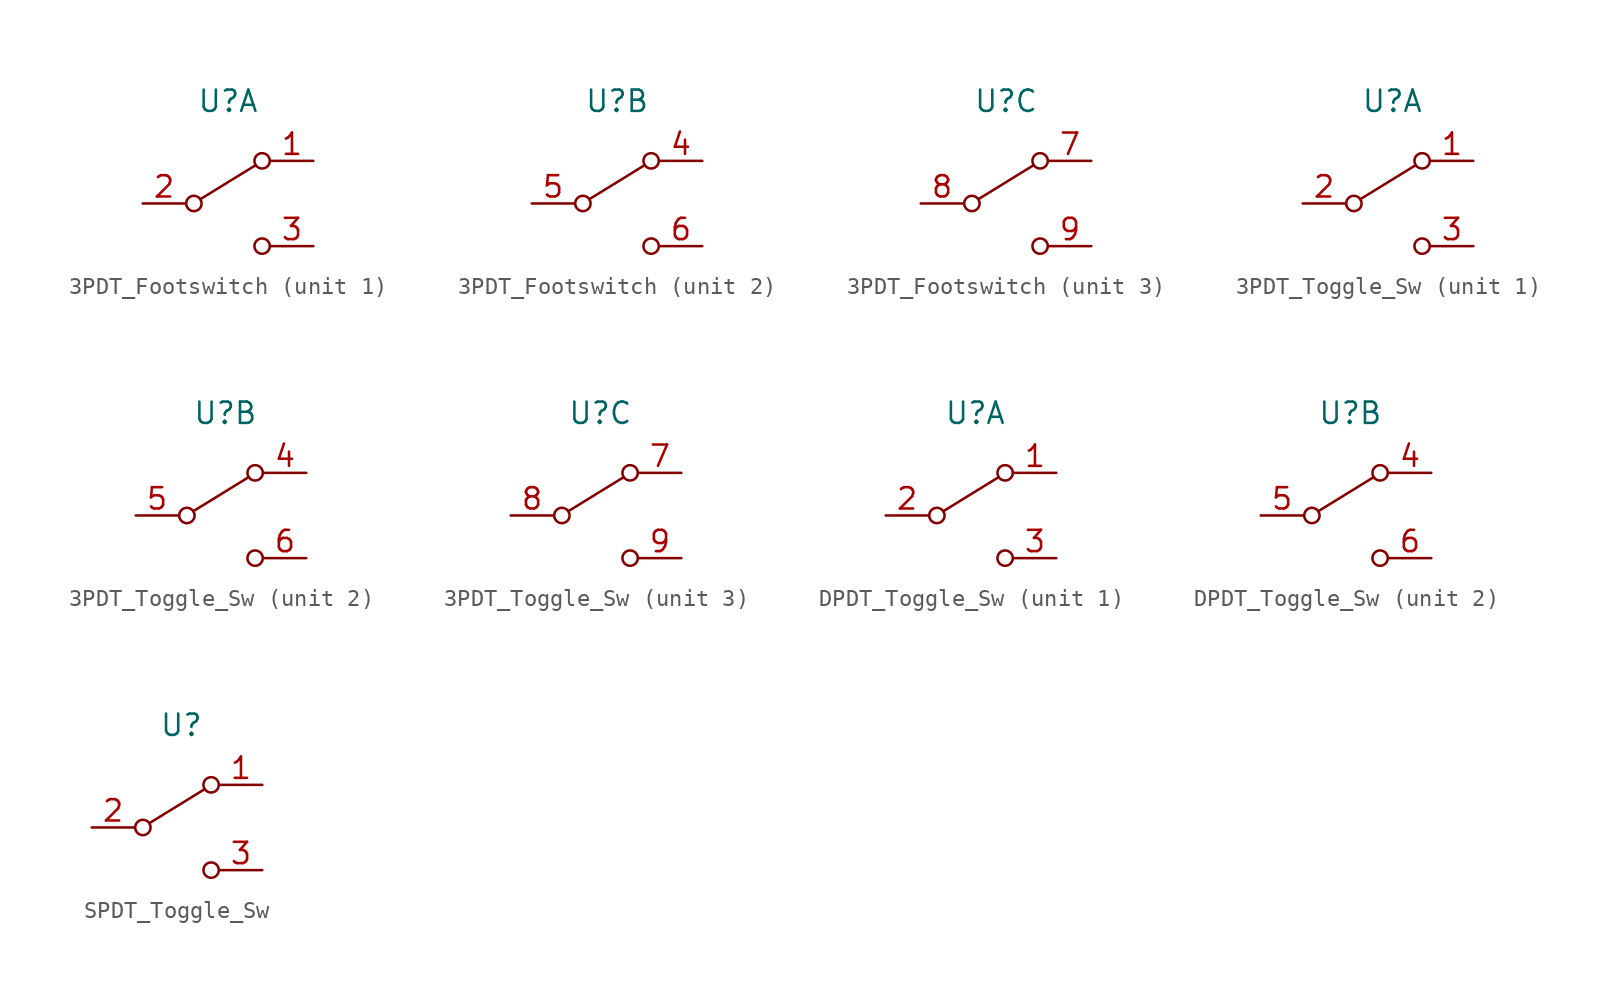
<source format=kicad_sym>
(kicad_symbol_lib
  (version 20241209)
  (generator "kicad_symbol_editor")
  (generator_version "9.0")
  (symbol "3PDT_Footswitch"
    (property "Reference" "U"
      (at 0 6.096 0)
      (effects (font (size 1.27 1.27))))
    (property "Value" ""
      (at 0 0 0)
      (effects (font (size 1.27 1.27))))
    (property "ki_locked" ""
      (at 0 0 0)
      (effects (font (size 1.27 1.27))))
    (symbol "3PDT_Footswitch_1_1"
      (circle (center -2.032 0) (radius 0.457) (stroke (width 0) (type default)) (fill (type none)))
      (polyline (pts (xy -1.651 0.254) (xy 1.651 2.286)) (stroke (width 0) (type default)) (fill (type none)))
      (circle (center 2.032 2.54) (radius 0.457) (stroke (width 0) (type default)) (fill (type none)))
      (circle (center 2.032 -2.54) (radius 0.457) (stroke (width 0) (type default)) (fill (type none)))
      (pin passive line (at -5.08 0 0) (length 2.54) (name "" (effects (font (size 1.27 1.27)))) (number "2" (effects (font (size 1.27 1.27)))))
      (pin passive line (at 5.08 2.54 180) (length 2.54) (name "" (effects (font (size 1.27 1.27)))) (number "1" (effects (font (size 1.27 1.27)))))
      (pin passive line (at 5.08 -2.54 180) (length 2.54) (name "" (effects (font (size 1.27 1.27)))) (number "3" (effects (font (size 1.27 1.27))))))
    (symbol "3PDT_Footswitch_2_1"
      (circle (center -2.032 0) (radius 0.457) (stroke (width 0) (type default)) (fill (type none)))
      (polyline (pts (xy -1.651 0.254) (xy 1.651 2.286)) (stroke (width 0) (type default)) (fill (type none)))
      (circle (center 2.032 2.54) (radius 0.457) (stroke (width 0) (type default)) (fill (type none)))
      (circle (center 2.032 -2.54) (radius 0.457) (stroke (width 0) (type default)) (fill (type none)))
      (pin passive line (at -5.08 0 0) (length 2.54) (name "" (effects (font (size 1.27 1.27)))) (number "5" (effects (font (size 1.27 1.27)))))
      (pin passive line (at 5.08 2.54 180) (length 2.54) (name "" (effects (font (size 1.27 1.27)))) (number "4" (effects (font (size 1.27 1.27)))))
      (pin passive line (at 5.08 -2.54 180) (length 2.54) (name "" (effects (font (size 1.27 1.27)))) (number "6" (effects (font (size 1.27 1.27))))))
    (symbol "3PDT_Footswitch_3_1"
      (circle (center -2.032 0) (radius 0.457) (stroke (width 0) (type default)) (fill (type none)))
      (polyline (pts (xy -1.651 0.254) (xy 1.651 2.286)) (stroke (width 0) (type default)) (fill (type none)))
      (circle (center 2.032 2.54) (radius 0.457) (stroke (width 0) (type default)) (fill (type none)))
      (circle (center 2.032 -2.54) (radius 0.457) (stroke (width 0) (type default)) (fill (type none)))
      (pin passive line (at -5.08 0 0) (length 2.54) (name "" (effects (font (size 1.27 1.27)))) (number "8" (effects (font (size 1.27 1.27)))))
      (pin passive line (at 5.08 2.54 180) (length 2.54) (name "" (effects (font (size 1.27 1.27)))) (number "7" (effects (font (size 1.27 1.27)))))
      (pin passive line (at 5.08 -2.54 180) (length 2.54) (name "" (effects (font (size 1.27 1.27)))) (number "9" (effects (font (size 1.27 1.27)))))))
  (symbol "3PDT_Toggle_Sw"
    (property "Reference" "U"
      (at 0 6.096 0)
      (effects (font (size 1.27 1.27))))
    (property "Value" ""
      (at 0 0 0)
      (effects (font (size 1.27 1.27))))
    (property "ki_locked" ""
      (at 0 0 0)
      (effects (font (size 1.27 1.27))))
    (symbol "3PDT_Toggle_Sw_1_1"
      (circle (center -2.286 0) (radius 0.457) (stroke (width 0) (type default)) (fill (type none)))
      (polyline (pts (xy -1.905 0.254) (xy 1.397 2.286)) (stroke (width 0) (type default)) (fill (type none)))
      (circle (center 1.778 2.54) (radius 0.457) (stroke (width 0) (type default)) (fill (type none)))
      (circle (center 1.778 -2.54) (radius 0.457) (stroke (width 0) (type default)) (fill (type none)))
      (pin passive line (at -5.334 0 0) (length 2.54) (name "" (effects (font (size 1.27 1.27)))) (number "2" (effects (font (size 1.27 1.27)))))
      (pin passive line (at 4.826 2.54 180) (length 2.54) (name "" (effects (font (size 1.27 1.27)))) (number "1" (effects (font (size 1.27 1.27)))))
      (pin passive line (at 4.826 -2.54 180) (length 2.54) (name "" (effects (font (size 1.27 1.27)))) (number "3" (effects (font (size 1.27 1.27))))))
    (symbol "3PDT_Toggle_Sw_2_1"
      (circle (center -2.286 0) (radius 0.457) (stroke (width 0) (type default)) (fill (type none)))
      (polyline (pts (xy -1.905 0.254) (xy 1.397 2.286)) (stroke (width 0) (type default)) (fill (type none)))
      (circle (center 1.778 2.54) (radius 0.457) (stroke (width 0) (type default)) (fill (type none)))
      (circle (center 1.778 -2.54) (radius 0.457) (stroke (width 0) (type default)) (fill (type none)))
      (pin passive line (at -5.334 0 0) (length 2.54) (name "" (effects (font (size 1.27 1.27)))) (number "5" (effects (font (size 1.27 1.27)))))
      (pin passive line (at 4.826 2.54 180) (length 2.54) (name "" (effects (font (size 1.27 1.27)))) (number "4" (effects (font (size 1.27 1.27)))))
      (pin passive line (at 4.826 -2.54 180) (length 2.54) (name "" (effects (font (size 1.27 1.27)))) (number "6" (effects (font (size 1.27 1.27))))))
    (symbol "3PDT_Toggle_Sw_3_1"
      (circle (center -2.286 0) (radius 0.457) (stroke (width 0) (type default)) (fill (type none)))
      (polyline (pts (xy -1.905 0.254) (xy 1.397 2.286)) (stroke (width 0) (type default)) (fill (type none)))
      (circle (center 1.778 2.54) (radius 0.457) (stroke (width 0) (type default)) (fill (type none)))
      (circle (center 1.778 -2.54) (radius 0.457) (stroke (width 0) (type default)) (fill (type none)))
      (pin passive line (at -5.334 0 0) (length 2.54) (name "" (effects (font (size 1.27 1.27)))) (number "8" (effects (font (size 1.27 1.27)))))
      (pin passive line (at 4.826 2.54 180) (length 2.54) (name "" (effects (font (size 1.27 1.27)))) (number "7" (effects (font (size 1.27 1.27)))))
      (pin passive line (at 4.826 -2.54 180) (length 2.54) (name "" (effects (font (size 1.27 1.27)))) (number "9" (effects (font (size 1.27 1.27)))))))
  (symbol "DPDT_Toggle_Sw"
    (property "Reference" "U"
      (at 0 6.096 0)
      (effects (font (size 1.27 1.27))))
    (property "Value" ""
      (at 0 0 0)
      (effects (font (size 1.27 1.27))))
    (property "ki_locked" ""
      (at 0 0 0)
      (effects (font (size 1.27 1.27))))
    (symbol "DPDT_Toggle_Sw_1_1"
      (circle (center -2.286 0) (radius 0.457) (stroke (width 0) (type default)) (fill (type none)))
      (polyline (pts (xy -1.905 0.254) (xy 1.397 2.286)) (stroke (width 0) (type default)) (fill (type none)))
      (circle (center 1.778 2.54) (radius 0.457) (stroke (width 0) (type default)) (fill (type none)))
      (circle (center 1.778 -2.54) (radius 0.457) (stroke (width 0) (type default)) (fill (type none)))
      (pin passive line (at -5.334 0 0) (length 2.54) (name "" (effects (font (size 1.27 1.27)))) (number "2" (effects (font (size 1.27 1.27)))))
      (pin passive line (at 4.826 2.54 180) (length 2.54) (name "" (effects (font (size 1.27 1.27)))) (number "1" (effects (font (size 1.27 1.27)))))
      (pin passive line (at 4.826 -2.54 180) (length 2.54) (name "" (effects (font (size 1.27 1.27)))) (number "3" (effects (font (size 1.27 1.27))))))
    (symbol "DPDT_Toggle_Sw_2_1"
      (circle (center -2.286 0) (radius 0.457) (stroke (width 0) (type default)) (fill (type none)))
      (polyline (pts (xy -1.905 0.254) (xy 1.397 2.286)) (stroke (width 0) (type default)) (fill (type none)))
      (circle (center 1.778 2.54) (radius 0.457) (stroke (width 0) (type default)) (fill (type none)))
      (circle (center 1.778 -2.54) (radius 0.457) (stroke (width 0) (type default)) (fill (type none)))
      (pin passive line (at -5.334 0 0) (length 2.54) (name "" (effects (font (size 1.27 1.27)))) (number "5" (effects (font (size 1.27 1.27)))))
      (pin passive line (at 4.826 2.54 180) (length 2.54) (name "" (effects (font (size 1.27 1.27)))) (number "4" (effects (font (size 1.27 1.27)))))
      (pin passive line (at 4.826 -2.54 180) (length 2.54) (name "" (effects (font (size 1.27 1.27)))) (number "6" (effects (font (size 1.27 1.27)))))))
  (symbol "SPDT_Toggle_Sw"
    (property "Reference" "U"
      (at 0 6.096 0)
      (effects (font (size 1.27 1.27))))
    (property "Value" ""
      (at 0 0 0)
      (effects (font (size 1.27 1.27))))
    (symbol "SPDT_Toggle_Sw_1_1"
      (circle (center -2.286 0) (radius 0.457) (stroke (width 0) (type default)) (fill (type none)))
      (polyline (pts (xy -1.905 0.254) (xy 1.397 2.286)) (stroke (width 0) (type default)) (fill (type none)))
      (circle (center 1.778 2.54) (radius 0.457) (stroke (width 0) (type default)) (fill (type none)))
      (circle (center 1.778 -2.54) (radius 0.457) (stroke (width 0) (type default)) (fill (type none)))
      (pin passive line (at -5.334 0 0) (length 2.54) (name "" (effects (font (size 1.27 1.27)))) (number "2" (effects (font (size 1.27 1.27)))))
      (pin passive line (at 4.826 2.54 180) (length 2.54) (name "" (effects (font (size 1.27 1.27)))) (number "1" (effects (font (size 1.27 1.27)))))
      (pin passive line (at 4.826 -2.54 180) (length 2.54) (name "" (effects (font (size 1.27 1.27)))) (number "3" (effects (font (size 1.27 1.27))))))))
</source>
